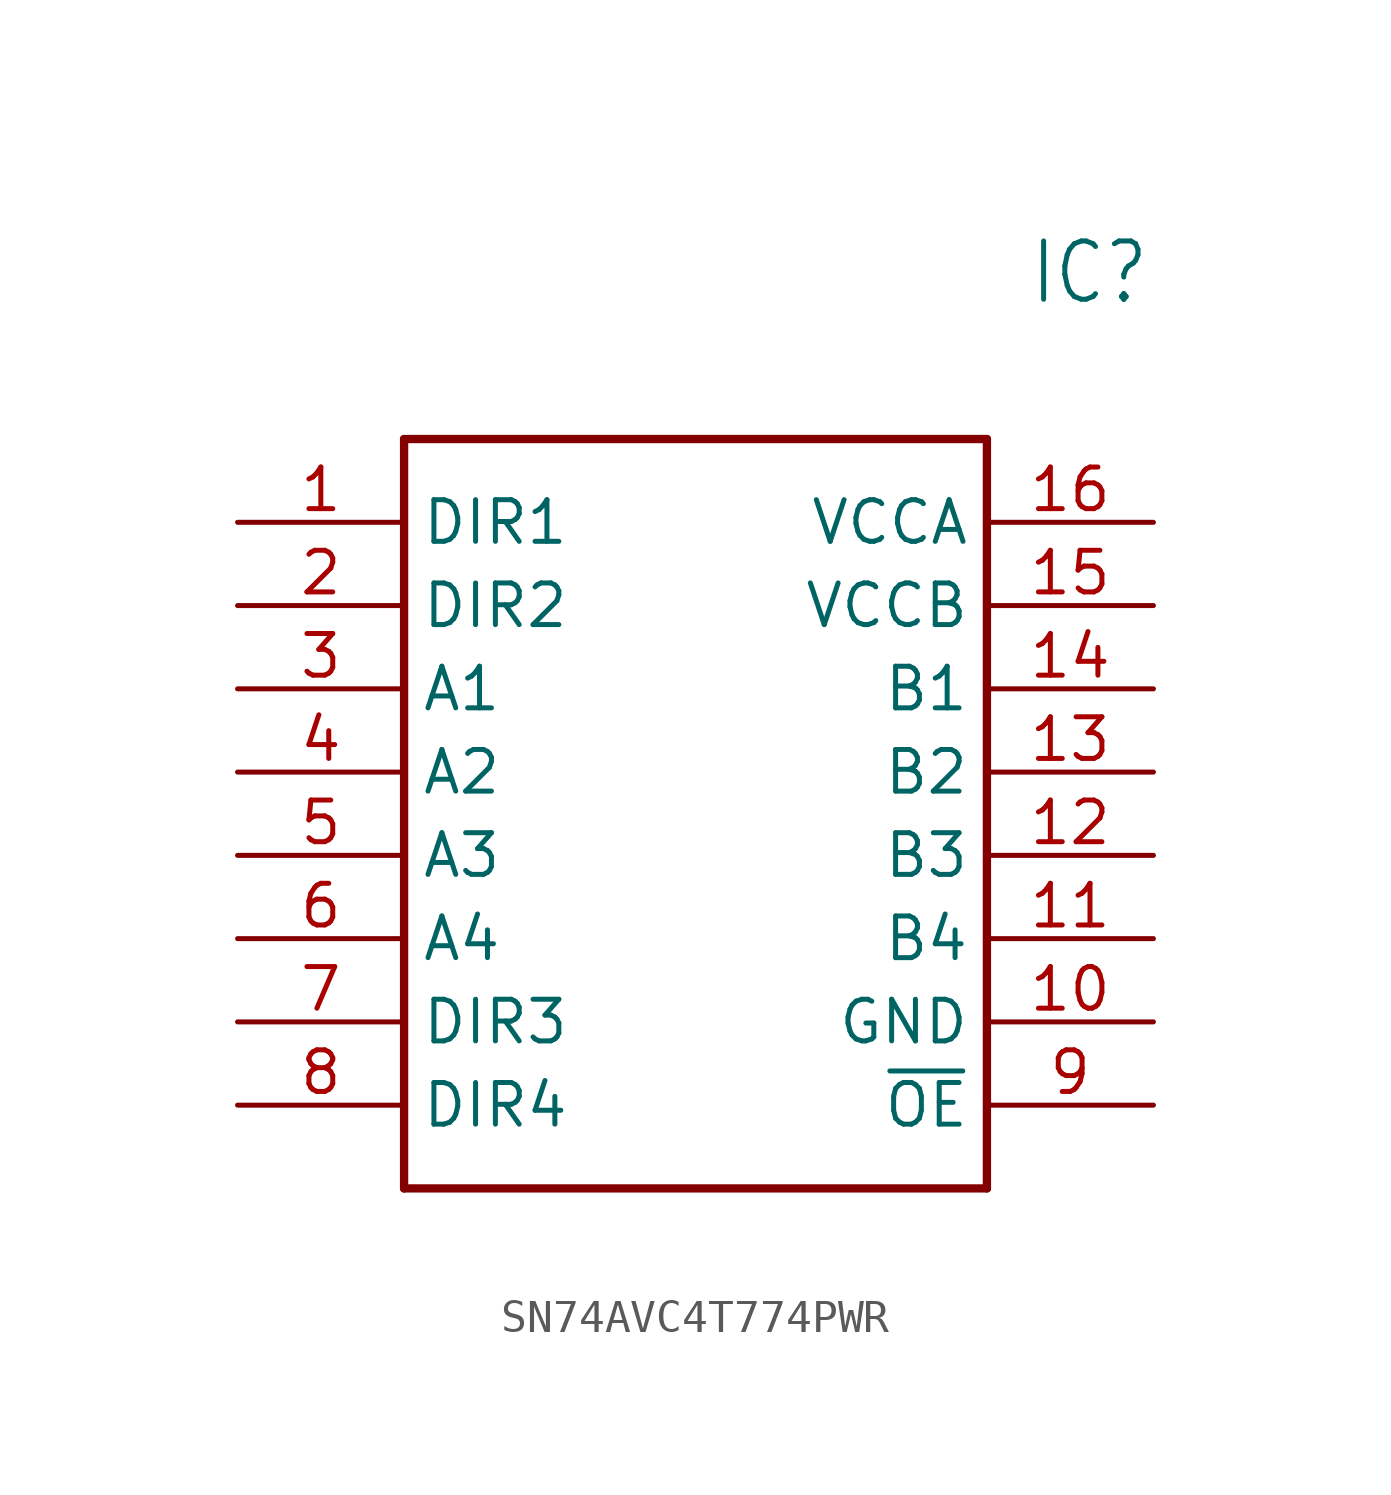
<source format=kicad_sym>
(kicad_symbol_lib
  (version 20231120)
  (generator "kicad_symbol_editor")
  (generator_version "8.0")
  (symbol "SN74AVC4T774PWR"
    (property "Reference" "IC"
      (at 24.13 7.62 0)
      (effects (font (size 1.778 1.511)) (justify left)))
    (property "Value" ""
      (at 24.13 5.08 0)
      (effects (font (size 1.778 1.511)) (justify left)))
    (property "ki_locked" ""
      (at 0 0 0)
      (effects (font (size 1.27 1.27))))
    (symbol "SN74AVC4T774PWR_1_0"
      (polyline (pts (xy 5.08 2.54) (xy 5.08 -20.32)) (stroke (width 0.254) (type solid)) (fill (type none)))
      (polyline (pts (xy 5.08 2.54) (xy 22.86 2.54)) (stroke (width 0.254) (type solid)) (fill (type none)))
      (polyline (pts (xy 22.86 -20.32) (xy 5.08 -20.32)) (stroke (width 0.254) (type solid)) (fill (type none)))
      (polyline (pts (xy 22.86 -20.32) (xy 22.86 2.54)) (stroke (width 0.254) (type solid)) (fill (type none)))
      (pin bidirectional line (at 0 0 0) (length 5.08) (name "DIR1" (effects (font (size 1.27 1.27)))) (number "1" (effects (font (size 1.27 1.27)))))
      (pin bidirectional line (at 27.94 -15.24 180) (length 5.08) (name "GND" (effects (font (size 1.27 1.27)))) (number "10" (effects (font (size 1.27 1.27)))))
      (pin bidirectional line (at 27.94 -12.7 180) (length 5.08) (name "B4" (effects (font (size 1.27 1.27)))) (number "11" (effects (font (size 1.27 1.27)))))
      (pin bidirectional line (at 27.94 -10.16 180) (length 5.08) (name "B3" (effects (font (size 1.27 1.27)))) (number "12" (effects (font (size 1.27 1.27)))))
      (pin bidirectional line (at 27.94 -7.62 180) (length 5.08) (name "B2" (effects (font (size 1.27 1.27)))) (number "13" (effects (font (size 1.27 1.27)))))
      (pin bidirectional line (at 27.94 -5.08 180) (length 5.08) (name "B1" (effects (font (size 1.27 1.27)))) (number "14" (effects (font (size 1.27 1.27)))))
      (pin bidirectional line (at 27.94 -2.54 180) (length 5.08) (name "VCCB" (effects (font (size 1.27 1.27)))) (number "15" (effects (font (size 1.27 1.27)))))
      (pin bidirectional line (at 27.94 0 180) (length 5.08) (name "VCCA" (effects (font (size 1.27 1.27)))) (number "16" (effects (font (size 1.27 1.27)))))
      (pin bidirectional line (at 0 -2.54 0) (length 5.08) (name "DIR2" (effects (font (size 1.27 1.27)))) (number "2" (effects (font (size 1.27 1.27)))))
      (pin bidirectional line (at 0 -5.08 0) (length 5.08) (name "A1" (effects (font (size 1.27 1.27)))) (number "3" (effects (font (size 1.27 1.27)))))
      (pin bidirectional line (at 0 -7.62 0) (length 5.08) (name "A2" (effects (font (size 1.27 1.27)))) (number "4" (effects (font (size 1.27 1.27)))))
      (pin bidirectional line (at 0 -10.16 0) (length 5.08) (name "A3" (effects (font (size 1.27 1.27)))) (number "5" (effects (font (size 1.27 1.27)))))
      (pin bidirectional line (at 0 -12.7 0) (length 5.08) (name "A4" (effects (font (size 1.27 1.27)))) (number "6" (effects (font (size 1.27 1.27)))))
      (pin bidirectional line (at 0 -15.24 0) (length 5.08) (name "DIR3" (effects (font (size 1.27 1.27)))) (number "7" (effects (font (size 1.27 1.27)))))
      (pin bidirectional line (at 0 -17.78 0) (length 5.08) (name "DIR4" (effects (font (size 1.27 1.27)))) (number "8" (effects (font (size 1.27 1.27)))))
      (pin bidirectional line (at 27.94 -17.78 180) (length 5.08) (name "~{OE}" (effects (font (size 1.27 1.27)))) (number "9" (effects (font (size 1.27 1.27))))))))
</source>
